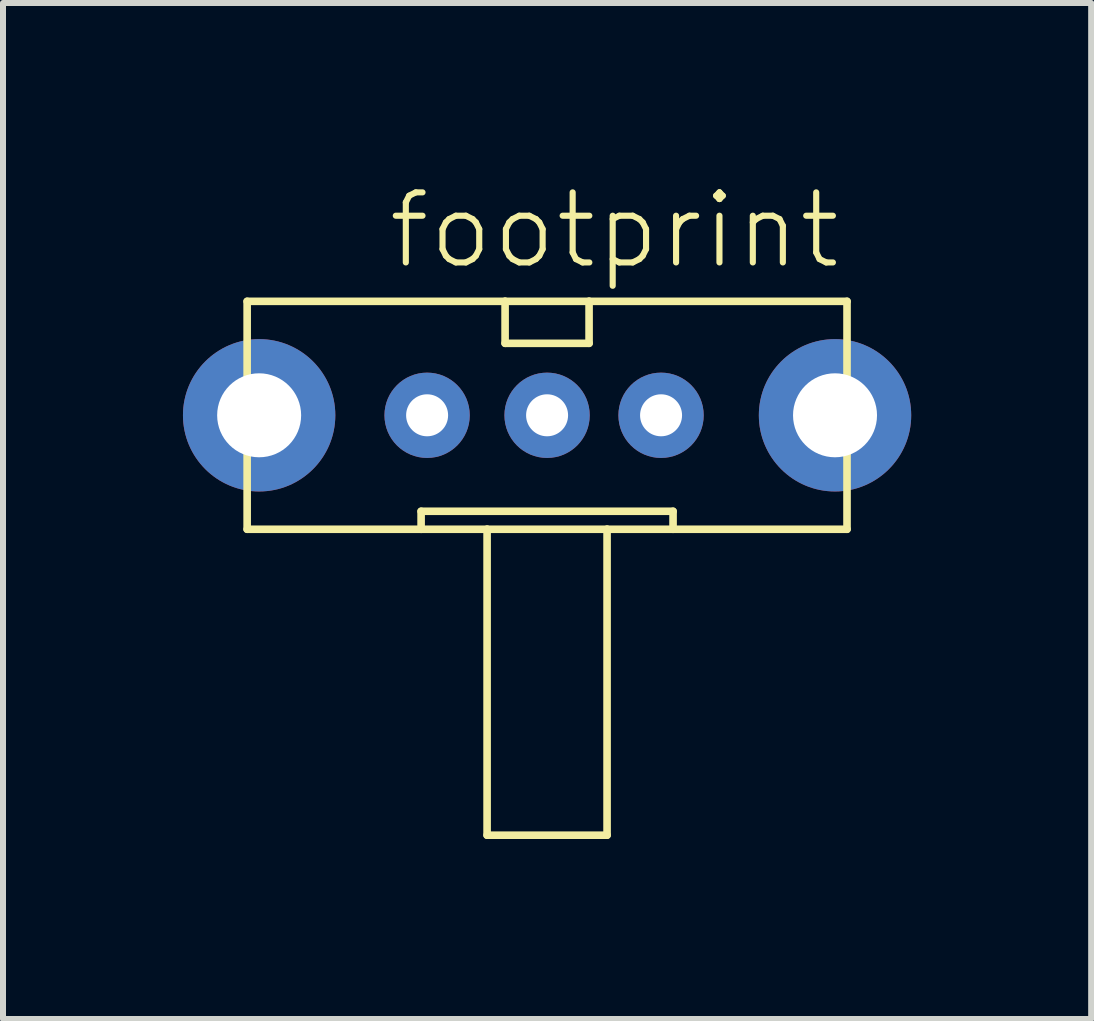
<source format=kicad_pcb>
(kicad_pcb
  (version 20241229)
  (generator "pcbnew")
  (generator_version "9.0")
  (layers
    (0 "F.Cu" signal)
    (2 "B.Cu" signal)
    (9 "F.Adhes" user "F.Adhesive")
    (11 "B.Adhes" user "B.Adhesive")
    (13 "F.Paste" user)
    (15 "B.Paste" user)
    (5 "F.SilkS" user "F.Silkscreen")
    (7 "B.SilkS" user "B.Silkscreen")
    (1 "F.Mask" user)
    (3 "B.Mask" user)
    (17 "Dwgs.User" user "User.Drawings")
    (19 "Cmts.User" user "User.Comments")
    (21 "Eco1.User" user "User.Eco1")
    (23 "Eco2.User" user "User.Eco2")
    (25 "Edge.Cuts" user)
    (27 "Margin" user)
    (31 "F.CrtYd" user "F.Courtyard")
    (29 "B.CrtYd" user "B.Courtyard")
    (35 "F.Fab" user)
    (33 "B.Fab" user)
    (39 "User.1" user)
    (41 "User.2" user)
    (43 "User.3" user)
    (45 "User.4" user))
  (footprint "footprint"
    (layer "F.Cu")
    (at 6.07 3.873)
    (property "Reference" "footprint" (at -2.7 -2.4 0) (layer "F.SilkS") (effects (font (size 1.168 1.168) (thickness 0.102)) (justify left bottom)))
    (fp_line (start -5 -1.9) (end -0.7 -1.9) (stroke (width 0.127) (type solid)) (layer "F.SilkS"))
    (fp_line (start -5 1.9) (end -5 -1.9) (stroke (width 0.127) (type solid)) (layer "F.SilkS"))
    (fp_line (start -2.1 1.6) (end 2.1 1.6) (stroke (width 0.127) (type solid)) (layer "F.SilkS"))
    (fp_line (start -2.1 1.9) (end -5 1.9) (stroke (width 0.127) (type solid)) (layer "F.SilkS"))
    (fp_line (start -2.1 1.9) (end -2.1 1.6) (stroke (width 0.127) (type solid)) (layer "F.SilkS"))
    (fp_line (start -1 1.9) (end -2.1 1.9) (stroke (width 0.127) (type solid)) (layer "F.SilkS"))
    (fp_line (start -1 1.9) (end -1 7) (stroke (width 0.127) (type solid)) (layer "F.SilkS"))
    (fp_line (start -1 7) (end 1 7) (stroke (width 0.127) (type solid)) (layer "F.SilkS"))
    (fp_line (start -0.7 -1.9) (end -0.7 -1.2) (stroke (width 0.127) (type solid)) (layer "F.SilkS"))
    (fp_line (start -0.7 -1.9) (end 0.7 -1.9) (stroke (width 0.127) (type solid)) (layer "F.SilkS"))
    (fp_line (start -0.7 -1.2) (end 0.7 -1.2) (stroke (width 0.127) (type solid)) (layer "F.SilkS"))
    (fp_line (start 0.7 -1.9) (end 5 -1.9) (stroke (width 0.127) (type solid)) (layer "F.SilkS"))
    (fp_line (start 0.7 -1.2) (end 0.7 -1.9) (stroke (width 0.127) (type solid)) (layer "F.SilkS"))
    (fp_line (start 1 1.9) (end -1 1.9) (stroke (width 0.127) (type solid)) (layer "F.SilkS"))
    (fp_line (start 1 7) (end 1 1.9) (stroke (width 0.127) (type solid)) (layer "F.SilkS"))
    (fp_line (start 2.1 1.6) (end 2.1 1.9) (stroke (width 0.127) (type solid)) (layer "F.SilkS"))
    (fp_line (start 2.1 1.9) (end 1 1.9) (stroke (width 0.127) (type solid)) (layer "F.SilkS"))
    (fp_line (start 5 -1.9) (end 5 1.9) (stroke (width 0.127) (type solid)) (layer "F.SilkS"))
    (fp_line (start 5 1.9) (end 2.1 1.9) (stroke (width 0.127) (type solid)) (layer "F.SilkS"))
    (pad "1" thru_hole circle (at -2 0) (size 1.422 1.422) (drill 0.7) (layers "*.Cu" "*.Mask"))
    (pad "2" thru_hole circle (at 0 0) (size 1.422 1.422) (drill 0.7) (layers "*.Cu" "*.Mask"))
    (pad "3" thru_hole circle (at 1.9 0) (size 1.422 1.422) (drill 0.7) (layers "*.Cu" "*.Mask"))
    (pad "MT1" thru_hole circle (at -4.8 0) (size 2.54 2.54) (drill 1.4) (layers "*.Cu" "*.Mask"))
    (pad "MT2" thru_hole circle (at 4.8 0) (size 2.54 2.54) (drill 1.4) (layers "*.Cu" "*.Mask")))
  (gr_rect
    (start -3 -3)
    (end 15.14 13.937)
    (stroke (width 0.1) (type default))
    (fill no)
    (layer "Edge.Cuts")))
</source>
